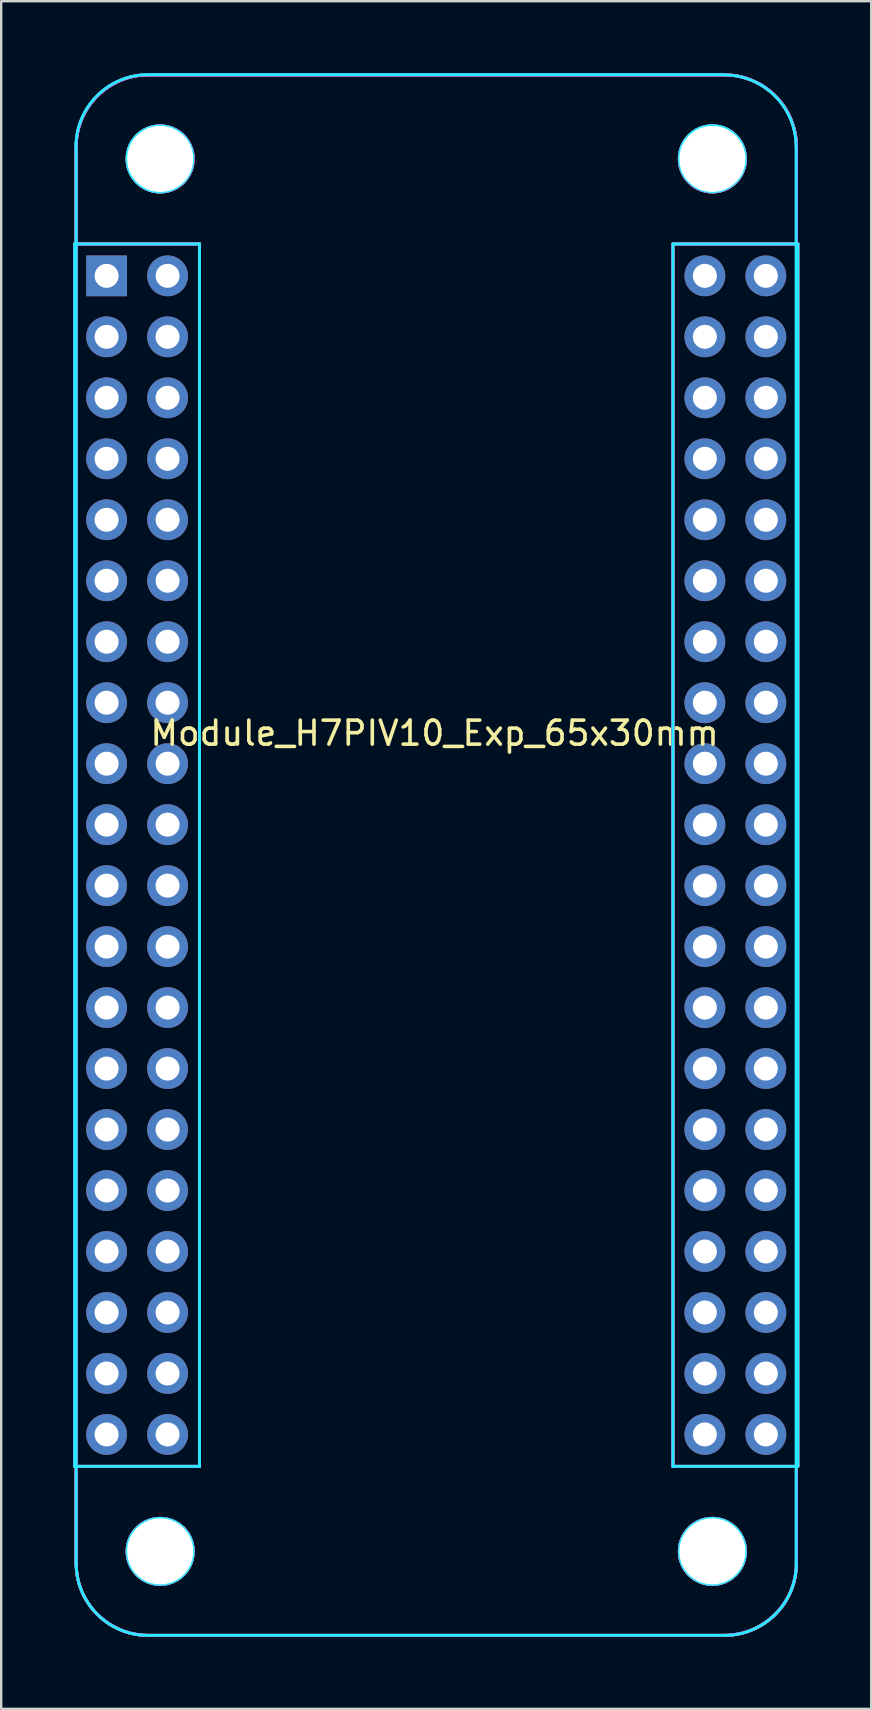
<source format=kicad_pcb>
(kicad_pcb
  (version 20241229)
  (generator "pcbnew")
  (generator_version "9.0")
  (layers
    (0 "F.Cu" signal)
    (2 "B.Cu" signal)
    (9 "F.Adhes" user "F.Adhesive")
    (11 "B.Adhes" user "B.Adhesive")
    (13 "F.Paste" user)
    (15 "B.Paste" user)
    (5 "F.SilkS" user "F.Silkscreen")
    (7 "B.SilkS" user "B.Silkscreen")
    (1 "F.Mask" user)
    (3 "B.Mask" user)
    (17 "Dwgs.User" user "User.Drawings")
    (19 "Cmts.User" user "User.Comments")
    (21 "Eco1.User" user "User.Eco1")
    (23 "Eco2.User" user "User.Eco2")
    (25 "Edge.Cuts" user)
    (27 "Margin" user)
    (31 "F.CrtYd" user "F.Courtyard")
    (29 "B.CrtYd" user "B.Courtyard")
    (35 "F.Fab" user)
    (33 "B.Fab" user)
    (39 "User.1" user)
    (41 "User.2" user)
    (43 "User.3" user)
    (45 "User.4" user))
  (footprint "Module_H7PIV10_Exp_65x30mm"
    (layer "F.Cu")
    (at 1.39 8.44)
    (property "Reference" "Module_H7PIV10_Exp_65x30mm" (at 13.662 19.05 0) (layer "F.SilkS") (effects (font (size 1 1) (thickness 0.15))))
    (attr exclude_from_pos_files exclude_from_bom)
    (fp_line (start -1.33 -1.33) (end -1.33 49.59) (stroke (width 0.12) (type solid)) (layer "F.SilkS"))
    (fp_line (start -1.33 -1.33) (end 3.87 -1.33) (stroke (width 0.12) (type solid)) (layer "F.SilkS"))
    (fp_line (start -1.33 49.59) (end 3.87 49.59) (stroke (width 0.12) (type solid)) (layer "F.SilkS"))
    (fp_line (start -1.268 -5.37) (end -1.268 53.63) (stroke (width 0.12) (type solid)) (layer "F.SilkS"))
    (fp_line (start 1.732 56.63) (end 25.733 56.63) (stroke (width 0.12) (type solid)) (layer "F.SilkS"))
    (fp_line (start 3.87 -1.33) (end 3.87 49.59) (stroke (width 0.12) (type solid)) (layer "F.SilkS"))
    (fp_line (start 23.59 -1.33) (end 23.59 49.59) (stroke (width 0.12) (type solid)) (layer "F.SilkS"))
    (fp_line (start 23.59 -1.33) (end 28.79 -1.33) (stroke (width 0.12) (type solid)) (layer "F.SilkS"))
    (fp_line (start 23.59 49.59) (end 28.79 49.59) (stroke (width 0.12) (type solid)) (layer "F.SilkS"))
    (fp_line (start 25.733 -8.37) (end 1.732 -8.37) (stroke (width 0.12) (type solid)) (layer "F.SilkS"))
    (fp_line (start 28.733 -5.37) (end 28.733 53.63) (stroke (width 0.12) (type solid)) (layer "F.SilkS"))
    (fp_line (start 28.79 -1.33) (end 28.79 49.59) (stroke (width 0.12) (type solid)) (layer "F.SilkS"))
    (fp_arc (start -1.2675 -5.37) (mid -0.38882 -7.49132) (end 1.7325 -8.37) (stroke (width 0.12) (type solid)) (layer "F.SilkS"))
    (fp_arc (start 1.7325 56.63) (mid -0.38882 55.75132) (end -1.2675 53.63) (stroke (width 0.12) (type solid)) (layer "F.SilkS"))
    (fp_arc (start 25.7325 -8.37) (mid 27.85382 -7.49132) (end 28.7325 -5.37) (stroke (width 0.12) (type solid)) (layer "F.SilkS"))
    (fp_arc (start 28.7325 53.63) (mid 27.85382 55.75132) (end 25.7325 56.63) (stroke (width 0.12) (type solid)) (layer "F.SilkS"))
    (fp_circle (center 2.232 -4.87) (end 3.607 -4.87) (stroke (width 0.12) (type solid)) (fill no) (layer "F.SilkS"))
    (fp_circle (center 2.232 53.13) (end 3.607 53.13) (stroke (width 0.12) (type solid)) (fill no) (layer "F.SilkS"))
    (fp_circle (center 25.233 -4.87) (end 26.608 -4.87) (stroke (width 0.12) (type solid)) (fill no) (layer "F.SilkS"))
    (fp_circle (center 25.233 53.13) (end 26.608 53.13) (stroke (width 0.12) (type solid)) (fill no) (layer "F.SilkS"))
    (fp_line (start -1.33 -1.33) (end -1.33 49.59) (stroke (width 0.12) (type solid)) (layer "B.SilkS"))
    (fp_line (start -1.33 -1.33) (end 3.87 -1.33) (stroke (width 0.12) (type solid)) (layer "B.SilkS"))
    (fp_line (start -1.268 -5.37) (end -1.268 53.63) (stroke (width 0.12) (type solid)) (layer "B.SilkS"))
    (fp_line (start 1.732 56.63) (end 25.733 56.63) (stroke (width 0.12) (type solid)) (layer "B.SilkS"))
    (fp_line (start 3.87 -1.33) (end 3.87 49.59) (stroke (width 0.12) (type solid)) (layer "B.SilkS"))
    (fp_line (start 3.87 49.59) (end -1.33 49.59) (stroke (width 0.12) (type solid)) (layer "B.SilkS"))
    (fp_line (start 23.59 -1.33) (end 23.59 49.59) (stroke (width 0.12) (type solid)) (layer "B.SilkS"))
    (fp_line (start 23.59 49.59) (end 28.79 49.59) (stroke (width 0.12) (type solid)) (layer "B.SilkS"))
    (fp_line (start 25.733 -8.37) (end 1.732 -8.37) (stroke (width 0.12) (type solid)) (layer "B.SilkS"))
    (fp_line (start 28.733 -5.37) (end 28.733 53.63) (stroke (width 0.12) (type solid)) (layer "B.SilkS"))
    (fp_line (start 28.79 -1.33) (end 23.59 -1.33) (stroke (width 0.12) (type solid)) (layer "B.SilkS"))
    (fp_line (start 28.79 49.59) (end 28.79 -1.33) (stroke (width 0.12) (type solid)) (layer "B.SilkS"))
    (fp_arc (start -1.2675 -5.37) (mid -0.38882 -7.49132) (end 1.7325 -8.37) (stroke (width 0.12) (type solid)) (layer "B.SilkS"))
    (fp_arc (start 1.7325 56.63) (mid -0.38882 55.75132) (end -1.2675 53.63) (stroke (width 0.12) (type solid)) (layer "B.SilkS"))
    (fp_arc (start 25.7325 -8.37) (mid 27.85382 -7.49132) (end 28.7325 -5.37) (stroke (width 0.12) (type solid)) (layer "B.SilkS"))
    (fp_arc (start 28.7325 53.63) (mid 27.85382 55.75132) (end 25.7325 56.63) (stroke (width 0.12) (type solid)) (layer "B.SilkS"))
    (fp_circle (center 2.232 -4.87) (end 3.607 -4.87) (stroke (width 0.12) (type solid)) (fill no) (layer "B.SilkS"))
    (fp_circle (center 2.232 53.13) (end 3.607 53.13) (stroke (width 0.12) (type solid)) (fill no) (layer "B.SilkS"))
    (fp_circle (center 25.233 -4.87) (end 26.608 -4.87) (stroke (width 0.12) (type solid)) (fill no) (layer "B.SilkS"))
    (fp_circle (center 25.233 53.13) (end 26.608 53.13) (stroke (width 0.12) (type solid)) (fill no) (layer "B.SilkS"))
    (fp_line (start -1.33 49.59) (end -1.33 -1.33) (stroke (width 0.12) (type solid)) (layer "B.CrtYd"))
    (fp_line (start -1.33 49.59) (end 3.87 49.59) (stroke (width 0.12) (type solid)) (layer "B.CrtYd"))
    (fp_line (start -1.268 -5.37) (end -1.268 53.63) (stroke (width 0.12) (type solid)) (layer "B.CrtYd"))
    (fp_line (start 1.732 56.63) (end 25.733 56.63) (stroke (width 0.12) (type solid)) (layer "B.CrtYd"))
    (fp_line (start 3.87 -1.33) (end -1.33 -1.33) (stroke (width 0.12) (type solid)) (layer "B.CrtYd"))
    (fp_line (start 3.87 49.59) (end 3.87 -1.33) (stroke (width 0.12) (type solid)) (layer "B.CrtYd"))
    (fp_line (start 23.59 -1.33) (end 23.59 49.59) (stroke (width 0.12) (type solid)) (layer "B.CrtYd"))
    (fp_line (start 23.59 49.59) (end 28.79 49.59) (stroke (width 0.12) (type solid)) (layer "B.CrtYd"))
    (fp_line (start 25.723 -8.38) (end 1.722 -8.38) (stroke (width 0.12) (type solid)) (layer "B.CrtYd"))
    (fp_line (start 28.723 -5.37) (end 28.723 53.63) (stroke (width 0.12) (type solid)) (layer "B.CrtYd"))
    (fp_line (start 28.79 -1.33) (end 23.59 -1.33) (stroke (width 0.12) (type solid)) (layer "B.CrtYd"))
    (fp_line (start 28.79 49.59) (end 28.79 -1.33) (stroke (width 0.12) (type solid)) (layer "B.CrtYd"))
    (fp_arc (start -1.2775 -5.38) (mid -0.39882 -7.50132) (end 1.7225 -8.38) (stroke (width 0.12) (type solid)) (layer "B.CrtYd"))
    (fp_arc (start 1.7325 56.63) (mid -0.38882 55.75132) (end -1.2675 53.63) (stroke (width 0.12) (type solid)) (layer "B.CrtYd"))
    (fp_arc (start 25.7225 -8.37) (mid 27.84382 -7.49132) (end 28.7225 -5.37) (stroke (width 0.12) (type solid)) (layer "B.CrtYd"))
    (fp_arc (start 28.7325 53.63) (mid 27.85382 55.75132) (end 25.7325 56.63) (stroke (width 0.12) (type solid)) (layer "B.CrtYd"))
    (fp_circle (center 2.223 -4.87) (end 3.598 -4.87) (stroke (width 0.12) (type solid)) (fill no) (layer "B.CrtYd"))
    (fp_circle (center 2.232 53.13) (end 3.607 53.13) (stroke (width 0.12) (type solid)) (fill no) (layer "B.CrtYd"))
    (fp_circle (center 25.233 -4.88) (end 26.608 -4.88) (stroke (width 0.12) (type solid)) (fill no) (layer "B.CrtYd"))
    (fp_circle (center 25.233 53.13) (end 26.608 53.13) (stroke (width 0.12) (type solid)) (fill no) (layer "B.CrtYd"))
    (fp_line (start -1.33 -1.33) (end -1.33 49.59) (stroke (width 0.12) (type solid)) (layer "F.CrtYd"))
    (fp_line (start -1.33 -1.33) (end 3.87 -1.33) (stroke (width 0.12) (type solid)) (layer "F.CrtYd"))
    (fp_line (start -1.33 49.59) (end 3.87 49.59) (stroke (width 0.12) (type solid)) (layer "F.CrtYd"))
    (fp_line (start -1.268 -5.37) (end -1.268 53.63) (stroke (width 0.12) (type solid)) (layer "F.CrtYd"))
    (fp_line (start 1.732 56.63) (end 25.733 56.63) (stroke (width 0.12) (type solid)) (layer "F.CrtYd"))
    (fp_line (start 3.87 -1.33) (end 3.87 49.59) (stroke (width 0.12) (type solid)) (layer "F.CrtYd"))
    (fp_line (start 23.59 -1.33) (end 28.79 -1.33) (stroke (width 0.12) (type solid)) (layer "F.CrtYd"))
    (fp_line (start 23.59 49.59) (end 23.59 -1.33) (stroke (width 0.12) (type solid)) (layer "F.CrtYd"))
    (fp_line (start 25.733 -8.37) (end 1.732 -8.37) (stroke (width 0.12) (type solid)) (layer "F.CrtYd"))
    (fp_line (start 28.733 -5.37) (end 28.733 53.63) (stroke (width 0.12) (type solid)) (layer "F.CrtYd"))
    (fp_line (start 28.79 -1.33) (end 28.79 49.59) (stroke (width 0.12) (type solid)) (layer "F.CrtYd"))
    (fp_line (start 28.79 49.59) (end 23.59 49.59) (stroke (width 0.12) (type solid)) (layer "F.CrtYd"))
    (fp_arc (start -1.2675 -5.37) (mid -0.38882 -7.49132) (end 1.7325 -8.37) (stroke (width 0.12) (type solid)) (layer "F.CrtYd"))
    (fp_arc (start 1.7325 56.63) (mid -0.38882 55.75132) (end -1.2675 53.63) (stroke (width 0.12) (type solid)) (layer "F.CrtYd"))
    (fp_arc (start 25.7325 -8.37) (mid 27.85382 -7.49132) (end 28.7325 -5.37) (stroke (width 0.12) (type solid)) (layer "F.CrtYd"))
    (fp_arc (start 28.7325 53.63) (mid 27.85382 55.75132) (end 25.7325 56.63) (stroke (width 0.12) (type solid)) (layer "F.CrtYd"))
    (fp_circle (center 2.232 -4.87) (end 3.607 -4.87) (stroke (width 0.12) (type solid)) (fill no) (layer "F.CrtYd"))
    (fp_circle (center 2.232 53.13) (end 3.607 53.13) (stroke (width 0.12) (type solid)) (fill no) (layer "F.CrtYd"))
    (fp_circle (center 25.233 -4.87) (end 26.608 -4.87) (stroke (width 0.12) (type solid)) (fill no) (layer "F.CrtYd"))
    (fp_circle (center 25.233 53.13) (end 26.608 53.13) (stroke (width 0.12) (type solid)) (fill no) (layer "F.CrtYd"))
    (fp_line (start -1.33 49.59) (end -1.33 -1.33) (stroke (width 0.12) (type solid)) (layer "B.Fab"))
    (fp_line (start -1.33 49.59) (end 3.87 49.59) (stroke (width 0.12) (type solid)) (layer "B.Fab"))
    (fp_line (start -1.268 -5.37) (end -1.268 53.63) (stroke (width 0.12) (type solid)) (layer "B.Fab"))
    (fp_line (start 1.732 56.63) (end 25.733 56.63) (stroke (width 0.12) (type solid)) (layer "B.Fab"))
    (fp_line (start 3.87 -1.33) (end -1.33 -1.33) (stroke (width 0.12) (type solid)) (layer "B.Fab"))
    (fp_line (start 3.87 49.59) (end 3.87 -1.33) (stroke (width 0.12) (type solid)) (layer "B.Fab"))
    (fp_line (start 23.59 -1.33) (end 23.59 49.59) (stroke (width 0.12) (type solid)) (layer "B.Fab"))
    (fp_line (start 23.59 49.59) (end 28.79 49.59) (stroke (width 0.12) (type solid)) (layer "B.Fab"))
    (fp_line (start 25.733 -8.37) (end 1.732 -8.37) (stroke (width 0.12) (type solid)) (layer "B.Fab"))
    (fp_line (start 28.733 -5.37) (end 28.733 53.63) (stroke (width 0.12) (type solid)) (layer "B.Fab"))
    (fp_line (start 28.79 -1.33) (end 23.59 -1.33) (stroke (width 0.12) (type solid)) (layer "B.Fab"))
    (fp_line (start 28.79 49.59) (end 28.79 -1.33) (stroke (width 0.12) (type solid)) (layer "B.Fab"))
    (fp_arc (start -1.2675 -5.38) (mid -0.38882 -7.50132) (end 1.7325 -8.38) (stroke (width 0.12) (type solid)) (layer "B.Fab"))
    (fp_arc (start 1.7325 56.63) (mid -0.38882 55.75132) (end -1.2675 53.63) (stroke (width 0.12) (type solid)) (layer "B.Fab"))
    (fp_arc (start 25.7325 -8.37) (mid 27.85382 -7.49132) (end 28.7325 -5.37) (stroke (width 0.12) (type solid)) (layer "B.Fab"))
    (fp_arc (start 28.7225 53.62) (mid 27.84382 55.74132) (end 25.7225 56.62) (stroke (width 0.12) (type solid)) (layer "B.Fab"))
    (fp_circle (center 2.223 53.125) (end 3.598 53.125) (stroke (width 0.12) (type solid)) (fill no) (layer "B.Fab"))
    (fp_circle (center 2.232 -4.87) (end 3.607 -4.87) (stroke (width 0.12) (type solid)) (fill no) (layer "B.Fab"))
    (fp_circle (center 25.223 -4.88) (end 26.598 -4.88) (stroke (width 0.12) (type solid)) (fill no) (layer "B.Fab"))
    (fp_circle (center 25.227 53.12) (end 26.602 53.12) (stroke (width 0.12) (type solid)) (fill no) (layer "B.Fab"))
    (fp_line (start -1.33 -1.33) (end -1.33 49.59) (stroke (width 0.12) (type solid)) (layer "F.Fab"))
    (fp_line (start -1.33 -1.33) (end 3.87 -1.33) (stroke (width 0.12) (type solid)) (layer "F.Fab"))
    (fp_line (start -1.33 49.59) (end 3.87 49.59) (stroke (width 0.12) (type solid)) (layer "F.Fab"))
    (fp_line (start -1.268 -5.37) (end -1.268 53.63) (stroke (width 0.12) (type solid)) (layer "F.Fab"))
    (fp_line (start 1.732 56.63) (end 25.733 56.63) (stroke (width 0.12) (type solid)) (layer "F.Fab"))
    (fp_line (start 3.87 -1.33) (end 3.87 49.59) (stroke (width 0.12) (type solid)) (layer "F.Fab"))
    (fp_line (start 23.59 -1.33) (end 28.79 -1.33) (stroke (width 0.12) (type solid)) (layer "F.Fab"))
    (fp_line (start 23.59 49.59) (end 23.59 -1.32) (stroke (width 0.12) (type solid)) (layer "F.Fab"))
    (fp_line (start 25.733 -8.37) (end 1.732 -8.37) (stroke (width 0.12) (type solid)) (layer "F.Fab"))
    (fp_line (start 28.733 -5.37) (end 28.733 53.63) (stroke (width 0.12) (type solid)) (layer "F.Fab"))
    (fp_line (start 28.79 -1.33) (end 28.79 49.59) (stroke (width 0.12) (type solid)) (layer "F.Fab"))
    (fp_line (start 28.79 49.59) (end 23.59 49.59) (stroke (width 0.12) (type solid)) (layer "F.Fab"))
    (fp_arc (start -1.2675 -5.37) (mid -0.38882 -7.49132) (end 1.7325 -8.37) (stroke (width 0.12) (type solid)) (layer "F.Fab"))
    (fp_arc (start 1.7325 56.63) (mid -0.38882 55.75132) (end -1.2675 53.63) (stroke (width 0.12) (type solid)) (layer "F.Fab"))
    (fp_arc (start 25.7325 -8.37) (mid 27.85382 -7.49132) (end 28.7325 -5.37) (stroke (width 0.12) (type solid)) (layer "F.Fab"))
    (fp_arc (start 28.7325 53.63) (mid 27.85382 55.75132) (end 25.7325 56.63) (stroke (width 0.12) (type solid)) (layer "F.Fab"))
    (fp_circle (center 2.232 -4.87) (end 3.607 -4.87) (stroke (width 0.12) (type solid)) (fill no) (layer "F.Fab"))
    (fp_circle (center 2.232 53.13) (end 3.607 53.13) (stroke (width 0.12) (type solid)) (fill no) (layer "F.Fab"))
    (fp_circle (center 25.233 -4.87) (end 26.608 -4.87) (stroke (width 0.12) (type solid)) (fill no) (layer "F.Fab"))
    (fp_circle (center 25.233 53.13) (end 26.608 53.13) (stroke (width 0.12) (type solid)) (fill no) (layer "F.Fab"))
    (pad "" np_thru_hole circle (at 2.232 -4.87) (size 2.75 2.75) (drill 2.75) (layers "*.Cu" "*.Mask"))
    (pad "" np_thru_hole circle (at 2.232 53.13) (size 2.75 2.75) (drill 2.75) (layers "*.Cu" "*.Mask"))
    (pad "" np_thru_hole circle (at 25.233 -4.87) (size 2.75 2.75) (drill 2.75) (layers "*.Cu" "*.Mask"))
    (pad "" np_thru_hole circle (at 25.233 53.13) (size 2.75 2.75) (drill 2.75) (layers "*.Cu" "*.Mask"))
    (pad "1" thru_hole rect (at 0 0) (size 1.7 1.7) (drill 1) (layers "*.Cu" "*.Mask"))
    (pad "2" thru_hole circle (at 2.54 0) (size 1.7 1.7) (drill 1) (layers "*.Cu" "*.Mask"))
    (pad "3" thru_hole circle (at 0 2.54) (size 1.7 1.7) (drill 1) (layers "*.Cu" "*.Mask"))
    (pad "4" thru_hole circle (at 2.54 2.54) (size 1.7 1.7) (drill 1) (layers "*.Cu" "*.Mask"))
    (pad "5" thru_hole circle (at 0 5.08) (size 1.7 1.7) (drill 1) (layers "*.Cu" "*.Mask"))
    (pad "6" thru_hole circle (at 2.54 5.08) (size 1.7 1.7) (drill 1) (layers "*.Cu" "*.Mask"))
    (pad "7" thru_hole circle (at 0 7.62) (size 1.7 1.7) (drill 1) (layers "*.Cu" "*.Mask"))
    (pad "8" thru_hole circle (at 2.54 7.62) (size 1.7 1.7) (drill 1) (layers "*.Cu" "*.Mask"))
    (pad "9" thru_hole circle (at 0 10.16) (size 1.7 1.7) (drill 1) (layers "*.Cu" "*.Mask"))
    (pad "10" thru_hole circle (at 2.54 10.16) (size 1.7 1.7) (drill 1) (layers "*.Cu" "*.Mask"))
    (pad "11" thru_hole circle (at 0 12.7) (size 1.7 1.7) (drill 1) (layers "*.Cu" "*.Mask"))
    (pad "12" thru_hole circle (at 2.54 12.7) (size 1.7 1.7) (drill 1) (layers "*.Cu" "*.Mask"))
    (pad "13" thru_hole circle (at 0 15.24) (size 1.7 1.7) (drill 1) (layers "*.Cu" "*.Mask"))
    (pad "14" thru_hole circle (at 2.54 15.24) (size 1.7 1.7) (drill 1) (layers "*.Cu" "*.Mask"))
    (pad "15" thru_hole circle (at 0 17.78) (size 1.7 1.7) (drill 1) (layers "*.Cu" "*.Mask"))
    (pad "16" thru_hole circle (at 2.54 17.78) (size 1.7 1.7) (drill 1) (layers "*.Cu" "*.Mask"))
    (pad "17" thru_hole circle (at 0 20.32) (size 1.7 1.7) (drill 1) (layers "*.Cu" "*.Mask"))
    (pad "18" thru_hole circle (at 2.54 20.32) (size 1.7 1.7) (drill 1) (layers "*.Cu" "*.Mask"))
    (pad "19" thru_hole circle (at 0 22.86) (size 1.7 1.7) (drill 1) (layers "*.Cu" "*.Mask"))
    (pad "20" thru_hole circle (at 2.54 22.86) (size 1.7 1.7) (drill 1) (layers "*.Cu" "*.Mask"))
    (pad "21" thru_hole circle (at 0 25.4) (size 1.7 1.7) (drill 1) (layers "*.Cu" "*.Mask"))
    (pad "22" thru_hole circle (at 2.54 25.4) (size 1.7 1.7) (drill 1) (layers "*.Cu" "*.Mask"))
    (pad "23" thru_hole circle (at 0 27.94) (size 1.7 1.7) (drill 1) (layers "*.Cu" "*.Mask"))
    (pad "24" thru_hole circle (at 2.54 27.94) (size 1.7 1.7) (drill 1) (layers "*.Cu" "*.Mask"))
    (pad "25" thru_hole circle (at 0 30.48) (size 1.7 1.7) (drill 1) (layers "*.Cu" "*.Mask"))
    (pad "26" thru_hole circle (at 2.54 30.48) (size 1.7 1.7) (drill 1) (layers "*.Cu" "*.Mask"))
    (pad "27" thru_hole circle (at 0 33.02) (size 1.7 1.7) (drill 1) (layers "*.Cu" "*.Mask"))
    (pad "28" thru_hole circle (at 2.54 33.02) (size 1.7 1.7) (drill 1) (layers "*.Cu" "*.Mask"))
    (pad "29" thru_hole circle (at 0 35.56) (size 1.7 1.7) (drill 1) (layers "*.Cu" "*.Mask"))
    (pad "30" thru_hole circle (at 2.54 35.56) (size 1.7 1.7) (drill 1) (layers "*.Cu" "*.Mask"))
    (pad "31" thru_hole circle (at 0 38.1) (size 1.7 1.7) (drill 1) (layers "*.Cu" "*.Mask"))
    (pad "32" thru_hole circle (at 2.54 38.1) (size 1.7 1.7) (drill 1) (layers "*.Cu" "*.Mask"))
    (pad "33" thru_hole circle (at 0 40.64) (size 1.7 1.7) (drill 1) (layers "*.Cu" "*.Mask"))
    (pad "34" thru_hole circle (at 2.54 40.64) (size 1.7 1.7) (drill 1) (layers "*.Cu" "*.Mask"))
    (pad "35" thru_hole circle (at 0 43.18) (size 1.7 1.7) (drill 1) (layers "*.Cu" "*.Mask"))
    (pad "36" thru_hole circle (at 2.54 43.18) (size 1.7 1.7) (drill 1) (layers "*.Cu" "*.Mask"))
    (pad "37" thru_hole circle (at 0 45.72) (size 1.7 1.7) (drill 1) (layers "*.Cu" "*.Mask"))
    (pad "38" thru_hole circle (at 2.54 45.72) (size 1.7 1.7) (drill 1) (layers "*.Cu" "*.Mask"))
    (pad "39" thru_hole circle (at 0 48.26) (size 1.7 1.7) (drill 1) (layers "*.Cu" "*.Mask"))
    (pad "40" thru_hole circle (at 2.54 48.26) (size 1.7 1.7) (drill 1) (layers "*.Cu" "*.Mask"))
    (pad "41" thru_hole circle (at 24.92 48.26) (size 1.7 1.7) (drill 1) (layers "*.Cu" "*.Mask"))
    (pad "42" thru_hole circle (at 27.46 48.26) (size 1.7 1.7) (drill 1) (layers "*.Cu" "*.Mask"))
    (pad "43" thru_hole circle (at 24.92 45.72) (size 1.7 1.7) (drill 1) (layers "*.Cu" "*.Mask"))
    (pad "44" thru_hole circle (at 27.46 45.72) (size 1.7 1.7) (drill 1) (layers "*.Cu" "*.Mask"))
    (pad "45" thru_hole circle (at 24.92 43.18) (size 1.7 1.7) (drill 1) (layers "*.Cu" "*.Mask"))
    (pad "46" thru_hole circle (at 27.46 43.18) (size 1.7 1.7) (drill 1) (layers "*.Cu" "*.Mask"))
    (pad "47" thru_hole circle (at 24.92 40.64) (size 1.7 1.7) (drill 1) (layers "*.Cu" "*.Mask"))
    (pad "48" thru_hole circle (at 27.46 40.64) (size 1.7 1.7) (drill 1) (layers "*.Cu" "*.Mask"))
    (pad "49" thru_hole circle (at 24.92 38.1) (size 1.7 1.7) (drill 1) (layers "*.Cu" "*.Mask"))
    (pad "50" thru_hole circle (at 27.46 38.1) (size 1.7 1.7) (drill 1) (layers "*.Cu" "*.Mask"))
    (pad "51" thru_hole circle (at 24.92 35.56) (size 1.7 1.7) (drill 1) (layers "*.Cu" "*.Mask"))
    (pad "52" thru_hole circle (at 27.46 35.56) (size 1.7 1.7) (drill 1) (layers "*.Cu" "*.Mask"))
    (pad "53" thru_hole circle (at 24.92 33.02) (size 1.7 1.7) (drill 1) (layers "*.Cu" "*.Mask"))
    (pad "54" thru_hole circle (at 27.46 33.02) (size 1.7 1.7) (drill 1) (layers "*.Cu" "*.Mask"))
    (pad "55" thru_hole circle (at 24.92 30.48) (size 1.7 1.7) (drill 1) (layers "*.Cu" "*.Mask"))
    (pad "56" thru_hole circle (at 27.46 30.48) (size 1.7 1.7) (drill 1) (layers "*.Cu" "*.Mask"))
    (pad "57" thru_hole circle (at 24.92 27.94) (size 1.7 1.7) (drill 1) (layers "*.Cu" "*.Mask"))
    (pad "58" thru_hole circle (at 27.46 27.94) (size 1.7 1.7) (drill 1) (layers "*.Cu" "*.Mask"))
    (pad "59" thru_hole circle (at 24.92 25.4) (size 1.7 1.7) (drill 1) (layers "*.Cu" "*.Mask"))
    (pad "60" thru_hole circle (at 27.46 25.4) (size 1.7 1.7) (drill 1) (layers "*.Cu" "*.Mask"))
    (pad "61" thru_hole circle (at 24.92 22.86) (size 1.7 1.7) (drill 1) (layers "*.Cu" "*.Mask"))
    (pad "62" thru_hole circle (at 27.46 22.86) (size 1.7 1.7) (drill 1) (layers "*.Cu" "*.Mask"))
    (pad "63" thru_hole circle (at 24.92 20.32) (size 1.7 1.7) (drill 1) (layers "*.Cu" "*.Mask"))
    (pad "64" thru_hole circle (at 27.46 20.32) (size 1.7 1.7) (drill 1) (layers "*.Cu" "*.Mask"))
    (pad "65" thru_hole circle (at 24.92 17.78) (size 1.7 1.7) (drill 1) (layers "*.Cu" "*.Mask"))
    (pad "66" thru_hole circle (at 27.46 17.78) (size 1.7 1.7) (drill 1) (layers "*.Cu" "*.Mask"))
    (pad "67" thru_hole circle (at 24.92 15.24) (size 1.7 1.7) (drill 1) (layers "*.Cu" "*.Mask"))
    (pad "68" thru_hole circle (at 27.46 15.24) (size 1.7 1.7) (drill 1) (layers "*.Cu" "*.Mask"))
    (pad "69" thru_hole circle (at 24.92 12.7) (size 1.7 1.7) (drill 1) (layers "*.Cu" "*.Mask"))
    (pad "70" thru_hole circle (at 27.46 12.7) (size 1.7 1.7) (drill 1) (layers "*.Cu" "*.Mask"))
    (pad "71" thru_hole circle (at 24.92 10.16) (size 1.7 1.7) (drill 1) (layers "*.Cu" "*.Mask"))
    (pad "72" thru_hole circle (at 27.46 10.16) (size 1.7 1.7) (drill 1) (layers "*.Cu" "*.Mask"))
    (pad "73" thru_hole circle (at 24.92 7.62) (size 1.7 1.7) (drill 1) (layers "*.Cu" "*.Mask"))
    (pad "74" thru_hole circle (at 27.46 7.62) (size 1.7 1.7) (drill 1) (layers "*.Cu" "*.Mask"))
    (pad "75" thru_hole circle (at 24.92 5.08) (size 1.7 1.7) (drill 1) (layers "*.Cu" "*.Mask"))
    (pad "76" thru_hole circle (at 27.46 5.08) (size 1.7 1.7) (drill 1) (layers "*.Cu" "*.Mask"))
    (pad "77" thru_hole circle (at 24.92 2.54) (size 1.7 1.7) (drill 1) (layers "*.Cu" "*.Mask"))
    (pad "78" thru_hole circle (at 27.46 2.54) (size 1.7 1.7) (drill 1) (layers "*.Cu" "*.Mask"))
    (pad "79" thru_hole circle (at 24.92 0) (size 1.7 1.7) (drill 1) (layers "*.Cu" "*.Mask"))
    (pad "80" thru_hole circle (at 27.46 0) (size 1.7 1.7) (drill 1) (layers "*.Cu" "*.Mask")))
  (gr_rect
    (start -3 -3)
    (end 33.24 68.13)
    (stroke (width 0.1) (type default))
    (fill no)
    (layer "Edge.Cuts")))
</source>
